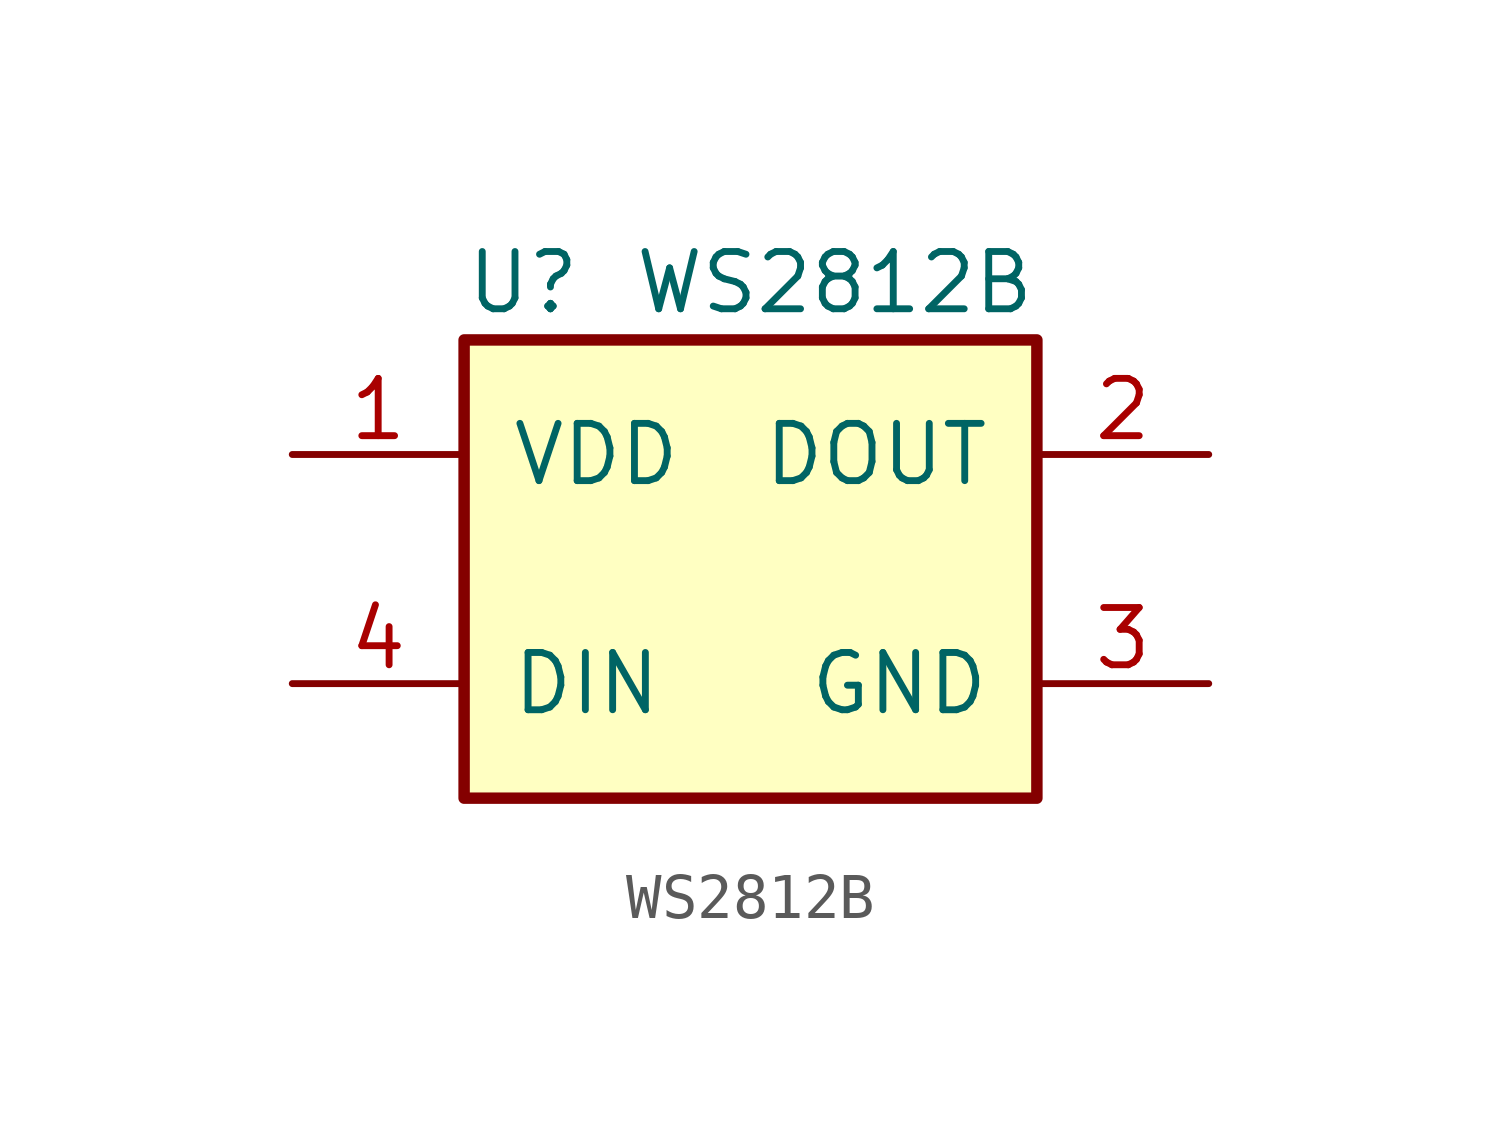
<source format=kicad_sym>
(kicad_symbol_lib
  (version 20211014)
  (generator kicad_symbol_editor)
  (symbol "WS2812B"
    (pin_names
      (offset 1.016))
    (property "Reference" "U"
      (at -6.35 6.35 0)
      (effects (font (size 1.27 1.27)) (justify left)))
    (property "Value" "WS2812B"
      (at 6.35 6.35 0)
      (effects (font (size 1.27 1.27)) (justify right)))
    (symbol "WS2812B_0_1"
      (rectangle (start 6.35 5.08) (end -6.35 -5.08) (stroke (width 0.254) (type default) (color 0 0 0 0)) (fill (type background))))
    (symbol "WS2812B_1_1"
      (pin power_in line (at -10.16 2.54 0) (length 3.81) (name "VDD" (effects (font (size 1.27 1.27)))) (number "1" (effects (font (size 1.27 1.27)))))
      (pin output line (at 10.16 2.54 180) (length 3.81) (name "DOUT" (effects (font (size 1.27 1.27)))) (number "2" (effects (font (size 1.27 1.27)))))
      (pin power_in line (at 10.16 -2.54 180) (length 3.81) (name "GND" (effects (font (size 1.27 1.27)))) (number "3" (effects (font (size 1.27 1.27)))))
      (pin input line (at -10.16 -2.54 0) (length 3.81) (name "DIN" (effects (font (size 1.27 1.27)))) (number "4" (effects (font (size 1.27 1.27))))))))
</source>
